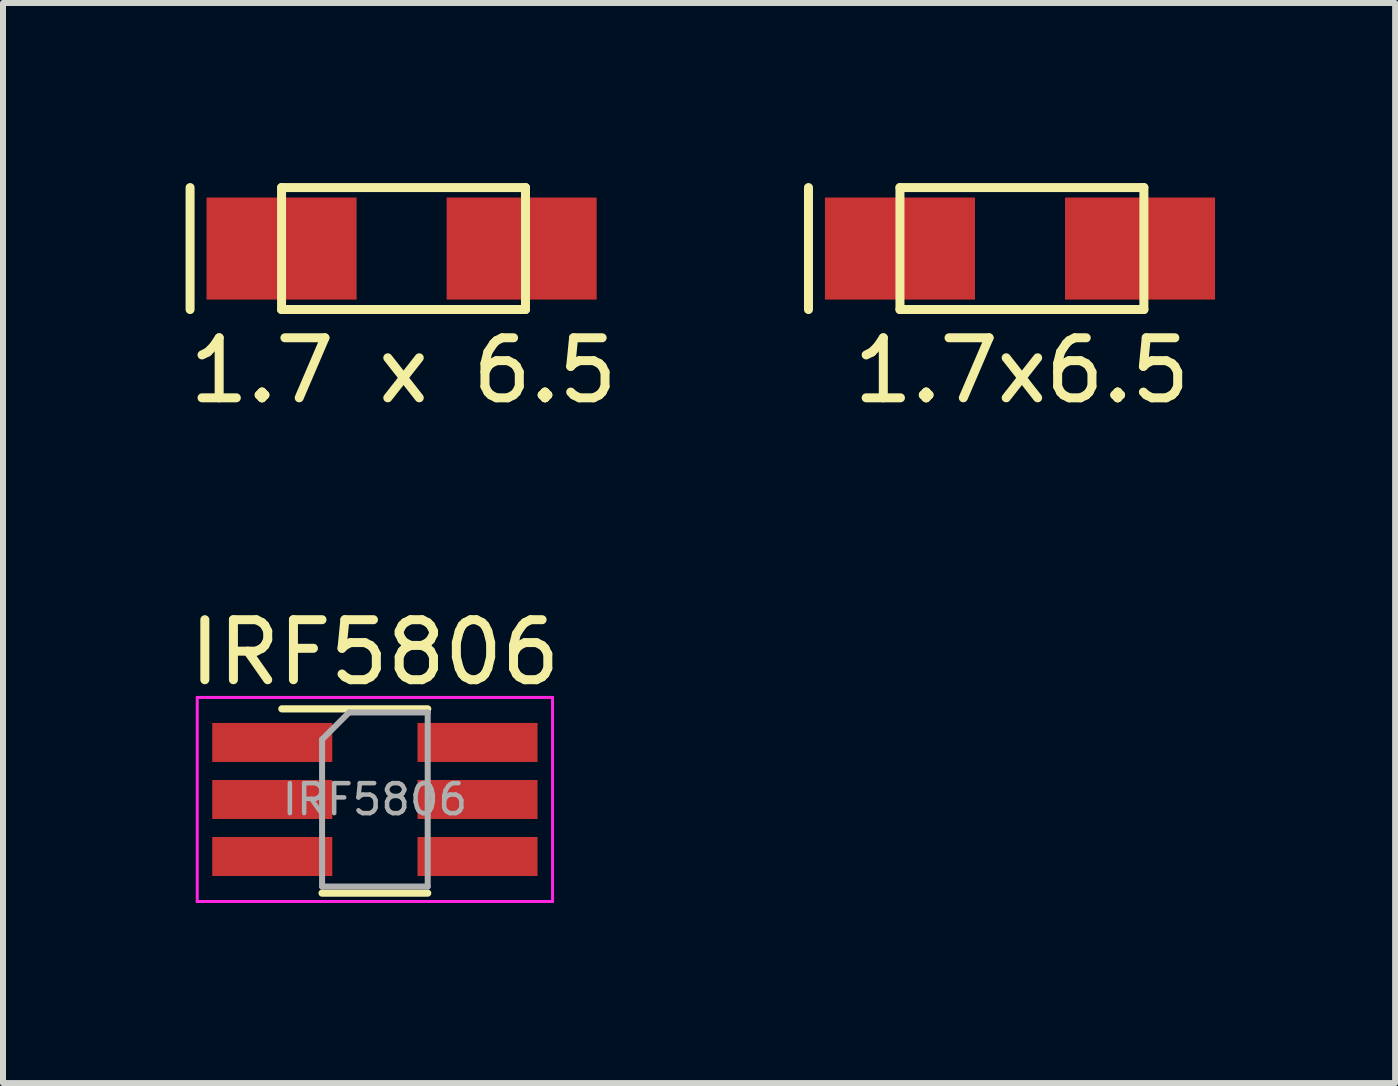
<source format=kicad_pcb>
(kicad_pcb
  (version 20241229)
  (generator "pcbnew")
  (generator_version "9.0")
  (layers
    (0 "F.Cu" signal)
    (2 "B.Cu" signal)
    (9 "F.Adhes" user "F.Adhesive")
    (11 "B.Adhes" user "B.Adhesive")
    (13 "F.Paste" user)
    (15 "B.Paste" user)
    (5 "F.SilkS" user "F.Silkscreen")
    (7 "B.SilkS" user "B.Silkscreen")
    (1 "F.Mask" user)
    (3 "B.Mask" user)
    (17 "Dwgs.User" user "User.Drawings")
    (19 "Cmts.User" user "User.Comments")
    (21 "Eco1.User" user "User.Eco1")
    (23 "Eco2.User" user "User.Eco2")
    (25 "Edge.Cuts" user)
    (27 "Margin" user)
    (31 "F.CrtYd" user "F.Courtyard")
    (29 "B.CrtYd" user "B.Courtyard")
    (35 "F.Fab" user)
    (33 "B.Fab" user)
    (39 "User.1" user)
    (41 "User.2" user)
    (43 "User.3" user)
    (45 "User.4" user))
  (footprint "IRF5806"
    (layer "F.Cu")
    (at 3.196 10.27)
    (property "Reference" "IRF5806" (at 0 -2.45 0) (layer "F.SilkS") (effects (font (size 1 1) (thickness 0.15))))
    (attr smd)
    (fp_line (start -0.88 1.56) (end 0.88 1.56) (stroke (width 0.12) (type solid)) (layer "F.SilkS"))
    (fp_line (start 0.88 -1.51) (end -1.55 -1.51) (stroke (width 0.12) (type solid)) (layer "F.SilkS"))
    (fp_line (start -2.96 -1.7) (end -2.96 1.7) (stroke (width 0.05) (type solid)) (layer "F.CrtYd"))
    (fp_line (start -2.96 -1.7) (end 2.96 -1.7) (stroke (width 0.05) (type solid)) (layer "F.CrtYd"))
    (fp_line (start 2.96 1.7) (end -2.96 1.7) (stroke (width 0.05) (type solid)) (layer "F.CrtYd"))
    (fp_line (start 2.96 1.7) (end 2.96 -1.7) (stroke (width 0.05) (type solid)) (layer "F.CrtYd"))
    (fp_line (start -0.88 -1) (end -0.88 1.45) (stroke (width 0.1) (type solid)) (layer "F.Fab"))
    (fp_line (start -0.88 -1) (end -0.43 -1.45) (stroke (width 0.1) (type solid)) (layer "F.Fab"))
    (fp_line (start 0.88 -1.45) (end -0.43 -1.45) (stroke (width 0.1) (type solid)) (layer "F.Fab"))
    (fp_line (start 0.88 -1.45) (end 0.88 1.45) (stroke (width 0.1) (type solid)) (layer "F.Fab"))
    (fp_line (start 0.88 1.45) (end -0.88 1.45) (stroke (width 0.1) (type solid)) (layer "F.Fab"))
    (fp_text user "${REFERENCE}" (at 0 0 0) (layer "F.Fab") (effects (font (size 0.5 0.5) (thickness 0.075))))
    (pad "1" smd rect (at -1.71 -0.95) (size 2 0.65) (layers "F.Cu" "F.Mask" "F.Paste"))
    (pad "1" smd rect (at -1.71 0) (size 2 0.65) (layers "F.Cu" "F.Mask" "F.Paste"))
    (pad "1" smd rect (at 1.71 -0.95) (size 2 0.65) (layers "F.Cu" "F.Mask" "F.Paste"))
    (pad "1" smd rect (at 1.71 0) (size 2 0.65) (layers "F.Cu" "F.Mask" "F.Paste"))
    (pad "2" smd rect (at -1.71 0.95) (size 2 0.65) (layers "F.Cu" "F.Mask" "F.Paste"))
    (pad "3" smd rect (at 1.71 0.95) (size 2 0.65) (layers "F.Cu" "F.Mask" "F.Paste")))
  (footprint "1.7x6.5"
    (layer "F.Cu")
    (at 11.944 1.091)
    (property "Reference" "1.7x6.5" (at 2.032 2.032 0) (layer "F.SilkS") (effects (font (size 1 1) (thickness 0.15))))
    (attr through_hole)
    (fp_line (start -1.524 -1.016) (end -1.524 1.016) (stroke (width 0.15) (type solid)) (layer "F.SilkS"))
    (fp_line (start 0 -1.016) (end 0 1.016) (stroke (width 0.15) (type solid)) (layer "F.SilkS"))
    (fp_line (start 0 1.016) (end 4.064 1.016) (stroke (width 0.15) (type solid)) (layer "F.SilkS"))
    (fp_line (start 4.064 -1.016) (end 0 -1.016) (stroke (width 0.15) (type solid)) (layer "F.SilkS"))
    (fp_line (start 4.064 1.016) (end 4.064 -1.016) (stroke (width 0.15) (type solid)) (layer "F.SilkS"))
    (pad "1" smd rect (at 0 0) (size 2.5 1.7) (layers "F.Cu" "F.Mask" "F.Paste"))
    (pad "2" smd rect (at 4 0) (size 2.5 1.7) (layers "F.Cu" "F.Mask" "F.Paste")))
  (footprint "1.7 x 6.5"
    (layer "F.Cu")
    (at 1.641 1.091)
    (property "Reference" "1.7 x 6.5" (at 2.032 2.032 0) (layer "F.SilkS") (effects (font (size 1 1) (thickness 0.15))))
    (attr through_hole)
    (fp_line (start -1.524 -1.016) (end -1.524 1.016) (stroke (width 0.15) (type solid)) (layer "F.SilkS"))
    (fp_line (start 0 -1.016) (end 0 1.016) (stroke (width 0.15) (type solid)) (layer "F.SilkS"))
    (fp_line (start 0 1.016) (end 4.064 1.016) (stroke (width 0.15) (type solid)) (layer "F.SilkS"))
    (fp_line (start 4.064 -1.016) (end 0 -1.016) (stroke (width 0.15) (type solid)) (layer "F.SilkS"))
    (fp_line (start 4.064 1.016) (end 4.064 -1.016) (stroke (width 0.15) (type solid)) (layer "F.SilkS"))
    (pad "1" smd rect (at 0 0) (size 2.5 1.7) (layers "F.Cu" "F.Mask" "F.Paste"))
    (pad "2" smd rect (at 4 0) (size 2.5 1.7) (layers "F.Cu" "F.Mask" "F.Paste")))
  (gr_rect
    (start -3 -3)
    (end 20.194 14.995)
    (stroke (width 0.1) (type default))
    (fill no)
    (layer "Edge.Cuts")))
</source>
